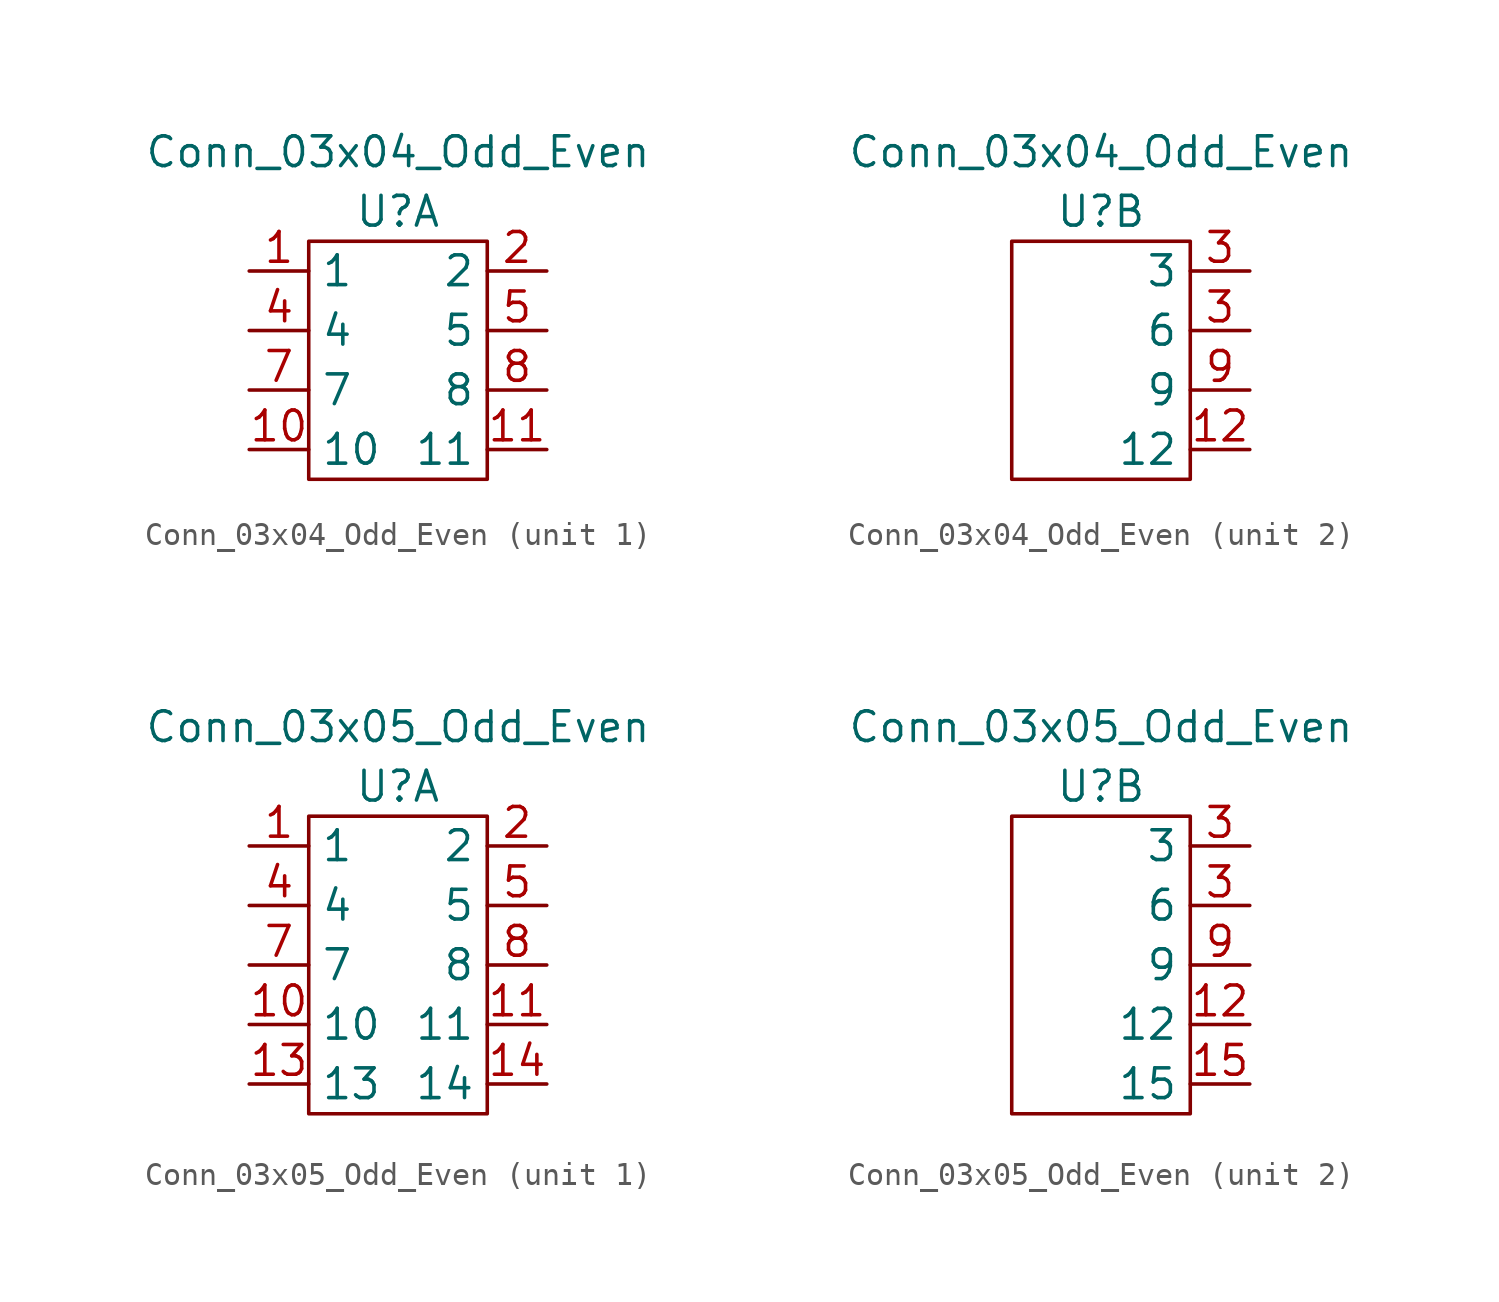
<source format=kicad_sym>
(kicad_symbol_lib
  (version 20211014)
  (generator kicad_symbol_editor)
  (symbol "Conn_03x04_Odd_Even"
    (property "Reference" "U"
      (at 0 -3.81 0)
      (effects (font (size 1.27 1.27))))
    (property "Value" "Conn_03x04_Odd_Even"
      (at 0 -1.27 0)
      (effects (font (size 1.27 1.27))))
    (symbol "Conn_03x04_Odd_Even_1_1"
      (rectangle (start -3.81 -5.08) (end 3.81 -15.24) (stroke (width 0) (type default) (color 0 0 0 0)) (fill (type none)))
      (pin bidirectional line (at -6.35 -6.35 0) (length 2.54) (name "1" (effects (font (size 1.27 1.27)))) (number "1" (effects (font (size 1.27 1.27)))))
      (pin bidirectional line (at -6.35 -13.97 0) (length 2.54) (name "10" (effects (font (size 1.27 1.27)))) (number "10" (effects (font (size 1.27 1.27)))))
      (pin bidirectional line (at 6.35 -13.97 180) (length 2.54) (name "11" (effects (font (size 1.27 1.27)))) (number "11" (effects (font (size 1.27 1.27)))))
      (pin bidirectional line (at 6.35 -6.35 180) (length 2.54) (name "2" (effects (font (size 1.27 1.27)))) (number "2" (effects (font (size 1.27 1.27)))))
      (pin bidirectional line (at -6.35 -8.89 0) (length 2.54) (name "4" (effects (font (size 1.27 1.27)))) (number "4" (effects (font (size 1.27 1.27)))))
      (pin bidirectional line (at 6.35 -8.89 180) (length 2.54) (name "5" (effects (font (size 1.27 1.27)))) (number "5" (effects (font (size 1.27 1.27)))))
      (pin bidirectional line (at -6.35 -11.43 0) (length 2.54) (name "7" (effects (font (size 1.27 1.27)))) (number "7" (effects (font (size 1.27 1.27)))))
      (pin bidirectional line (at 6.35 -11.43 180) (length 2.54) (name "8" (effects (font (size 1.27 1.27)))) (number "8" (effects (font (size 1.27 1.27))))))
    (symbol "Conn_03x04_Odd_Even_2_1"
      (rectangle (start -3.81 -5.08) (end 3.81 -15.24) (stroke (width 0) (type default) (color 0 0 0 0)) (fill (type none)))
      (pin bidirectional line (at 6.35 -13.97 180) (length 2.54) (name "12" (effects (font (size 1.27 1.27)))) (number "12" (effects (font (size 1.27 1.27)))))
      (pin bidirectional line (at 6.35 -6.35 180) (length 2.54) (name "3" (effects (font (size 1.27 1.27)))) (number "3" (effects (font (size 1.27 1.27)))))
      (pin bidirectional line (at 6.35 -8.89 180) (length 2.54) (name "6" (effects (font (size 1.27 1.27)))) (number "3" (effects (font (size 1.27 1.27)))))
      (pin bidirectional line (at 6.35 -11.43 180) (length 2.54) (name "9" (effects (font (size 1.27 1.27)))) (number "9" (effects (font (size 1.27 1.27)))))))
  (symbol "Conn_03x05_Odd_Even"
    (property "Reference" "U"
      (at 0 -3.81 0)
      (effects (font (size 1.27 1.27))))
    (property "Value" "Conn_03x05_Odd_Even"
      (at 0 -1.27 0)
      (effects (font (size 1.27 1.27))))
    (symbol "Conn_03x05_Odd_Even_1_1"
      (rectangle (start -3.81 -5.08) (end 3.81 -17.78) (stroke (width 0) (type default) (color 0 0 0 0)) (fill (type none)))
      (pin bidirectional line (at -6.35 -6.35 0) (length 2.54) (name "1" (effects (font (size 1.27 1.27)))) (number "1" (effects (font (size 1.27 1.27)))))
      (pin bidirectional line (at -6.35 -13.97 0) (length 2.54) (name "10" (effects (font (size 1.27 1.27)))) (number "10" (effects (font (size 1.27 1.27)))))
      (pin bidirectional line (at 6.35 -13.97 180) (length 2.54) (name "11" (effects (font (size 1.27 1.27)))) (number "11" (effects (font (size 1.27 1.27)))))
      (pin bidirectional line (at -6.35 -16.51 0) (length 2.54) (name "13" (effects (font (size 1.27 1.27)))) (number "13" (effects (font (size 1.27 1.27)))))
      (pin bidirectional line (at 6.35 -16.51 180) (length 2.54) (name "14" (effects (font (size 1.27 1.27)))) (number "14" (effects (font (size 1.27 1.27)))))
      (pin bidirectional line (at 6.35 -6.35 180) (length 2.54) (name "2" (effects (font (size 1.27 1.27)))) (number "2" (effects (font (size 1.27 1.27)))))
      (pin bidirectional line (at -6.35 -8.89 0) (length 2.54) (name "4" (effects (font (size 1.27 1.27)))) (number "4" (effects (font (size 1.27 1.27)))))
      (pin bidirectional line (at 6.35 -8.89 180) (length 2.54) (name "5" (effects (font (size 1.27 1.27)))) (number "5" (effects (font (size 1.27 1.27)))))
      (pin bidirectional line (at -6.35 -11.43 0) (length 2.54) (name "7" (effects (font (size 1.27 1.27)))) (number "7" (effects (font (size 1.27 1.27)))))
      (pin bidirectional line (at 6.35 -11.43 180) (length 2.54) (name "8" (effects (font (size 1.27 1.27)))) (number "8" (effects (font (size 1.27 1.27))))))
    (symbol "Conn_03x05_Odd_Even_2_1"
      (rectangle (start -3.81 -5.08) (end 3.81 -17.78) (stroke (width 0) (type default) (color 0 0 0 0)) (fill (type none)))
      (pin bidirectional line (at 6.35 -13.97 180) (length 2.54) (name "12" (effects (font (size 1.27 1.27)))) (number "12" (effects (font (size 1.27 1.27)))))
      (pin bidirectional line (at 6.35 -16.51 180) (length 2.54) (name "15" (effects (font (size 1.27 1.27)))) (number "15" (effects (font (size 1.27 1.27)))))
      (pin bidirectional line (at 6.35 -6.35 180) (length 2.54) (name "3" (effects (font (size 1.27 1.27)))) (number "3" (effects (font (size 1.27 1.27)))))
      (pin bidirectional line (at 6.35 -8.89 180) (length 2.54) (name "6" (effects (font (size 1.27 1.27)))) (number "3" (effects (font (size 1.27 1.27)))))
      (pin bidirectional line (at 6.35 -11.43 180) (length 2.54) (name "9" (effects (font (size 1.27 1.27)))) (number "9" (effects (font (size 1.27 1.27))))))))
</source>
